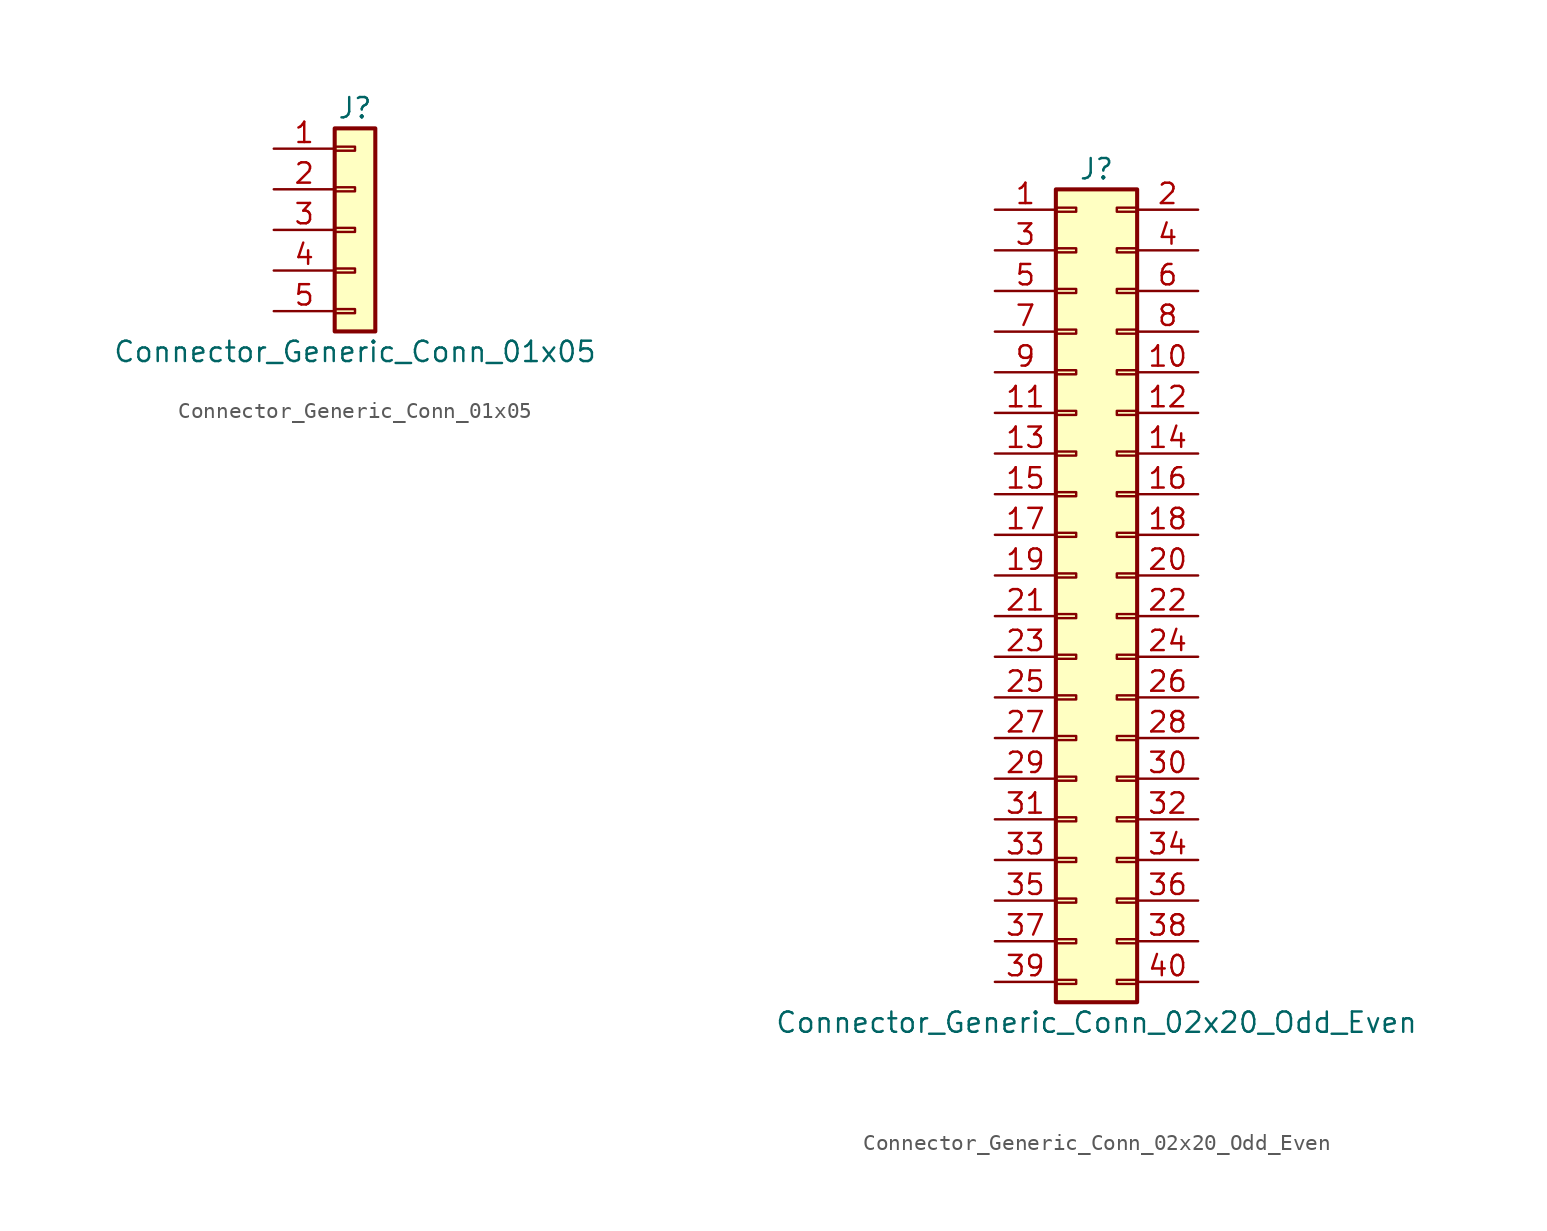
<source format=kicad_sym>
(kicad_symbol_lib
  (version 20231120)
  (generator "kicad_symbol_editor")
  (generator_version "8.0")
  (symbol "Connector_Generic_Conn_01x05"
    (pin_names
      (offset 1.016) hide)
    (property "Reference" "J"
      (at 0 7.62 0)
      (effects (font (size 1.27 1.27))))
    (property "Value" "Connector_Generic_Conn_01x05"
      (at 0 -7.62 0)
      (effects (font (size 1.27 1.27))))
    (symbol "Connector_Generic_Conn_01x05_1_1"
      (rectangle (start -1.27 -4.953) (end 0 -5.207) (stroke (width 0.152) (type solid)) (fill (type none)))
      (rectangle (start -1.27 -2.413) (end 0 -2.667) (stroke (width 0.152) (type solid)) (fill (type none)))
      (rectangle (start -1.27 0.127) (end 0 -0.127) (stroke (width 0.152) (type solid)) (fill (type none)))
      (rectangle (start -1.27 2.667) (end 0 2.413) (stroke (width 0.152) (type solid)) (fill (type none)))
      (rectangle (start -1.27 5.207) (end 0 4.953) (stroke (width 0.152) (type solid)) (fill (type none)))
      (rectangle (start -1.27 6.35) (end 1.27 -6.35) (stroke (width 0.254) (type solid)) (fill (type background)))
      (pin passive line (at -5.08 5.08 0) (length 3.81) (name "Pin_1" (effects (font (size 1.27 1.27)))) (number "1" (effects (font (size 1.27 1.27)))))
      (pin passive line (at -5.08 2.54 0) (length 3.81) (name "Pin_2" (effects (font (size 1.27 1.27)))) (number "2" (effects (font (size 1.27 1.27)))))
      (pin passive line (at -5.08 0 0) (length 3.81) (name "Pin_3" (effects (font (size 1.27 1.27)))) (number "3" (effects (font (size 1.27 1.27)))))
      (pin passive line (at -5.08 -2.54 0) (length 3.81) (name "Pin_4" (effects (font (size 1.27 1.27)))) (number "4" (effects (font (size 1.27 1.27)))))
      (pin passive line (at -5.08 -5.08 0) (length 3.81) (name "Pin_5" (effects (font (size 1.27 1.27)))) (number "5" (effects (font (size 1.27 1.27)))))))
  (symbol "Connector_Generic_Conn_02x20_Odd_Even"
    (pin_names
      (offset 1.016) hide)
    (property "Reference" "J"
      (at 1.27 25.4 0)
      (effects (font (size 1.27 1.27))))
    (property "Value" "Connector_Generic_Conn_02x20_Odd_Even"
      (at 1.27 -27.94 0)
      (effects (font (size 1.27 1.27))))
    (symbol "Connector_Generic_Conn_02x20_Odd_Even_1_1"
      (rectangle (start -1.27 -25.273) (end 0 -25.527) (stroke (width 0.152) (type solid)) (fill (type none)))
      (rectangle (start -1.27 -22.733) (end 0 -22.987) (stroke (width 0.152) (type solid)) (fill (type none)))
      (rectangle (start -1.27 -20.193) (end 0 -20.447) (stroke (width 0.152) (type solid)) (fill (type none)))
      (rectangle (start -1.27 -17.653) (end 0 -17.907) (stroke (width 0.152) (type solid)) (fill (type none)))
      (rectangle (start -1.27 -15.113) (end 0 -15.367) (stroke (width 0.152) (type solid)) (fill (type none)))
      (rectangle (start -1.27 -12.573) (end 0 -12.827) (stroke (width 0.152) (type solid)) (fill (type none)))
      (rectangle (start -1.27 -10.033) (end 0 -10.287) (stroke (width 0.152) (type solid)) (fill (type none)))
      (rectangle (start -1.27 -7.493) (end 0 -7.747) (stroke (width 0.152) (type solid)) (fill (type none)))
      (rectangle (start -1.27 -4.953) (end 0 -5.207) (stroke (width 0.152) (type solid)) (fill (type none)))
      (rectangle (start -1.27 -2.413) (end 0 -2.667) (stroke (width 0.152) (type solid)) (fill (type none)))
      (rectangle (start -1.27 0.127) (end 0 -0.127) (stroke (width 0.152) (type solid)) (fill (type none)))
      (rectangle (start -1.27 2.667) (end 0 2.413) (stroke (width 0.152) (type solid)) (fill (type none)))
      (rectangle (start -1.27 5.207) (end 0 4.953) (stroke (width 0.152) (type solid)) (fill (type none)))
      (rectangle (start -1.27 7.747) (end 0 7.493) (stroke (width 0.152) (type solid)) (fill (type none)))
      (rectangle (start -1.27 10.287) (end 0 10.033) (stroke (width 0.152) (type solid)) (fill (type none)))
      (rectangle (start -1.27 12.827) (end 0 12.573) (stroke (width 0.152) (type solid)) (fill (type none)))
      (rectangle (start -1.27 15.367) (end 0 15.113) (stroke (width 0.152) (type solid)) (fill (type none)))
      (rectangle (start -1.27 17.907) (end 0 17.653) (stroke (width 0.152) (type solid)) (fill (type none)))
      (rectangle (start -1.27 20.447) (end 0 20.193) (stroke (width 0.152) (type solid)) (fill (type none)))
      (rectangle (start -1.27 22.987) (end 0 22.733) (stroke (width 0.152) (type solid)) (fill (type none)))
      (rectangle (start -1.27 24.13) (end 3.81 -26.67) (stroke (width 0.254) (type solid)) (fill (type background)))
      (rectangle (start 3.81 -25.273) (end 2.54 -25.527) (stroke (width 0.152) (type solid)) (fill (type none)))
      (rectangle (start 3.81 -22.733) (end 2.54 -22.987) (stroke (width 0.152) (type solid)) (fill (type none)))
      (rectangle (start 3.81 -20.193) (end 2.54 -20.447) (stroke (width 0.152) (type solid)) (fill (type none)))
      (rectangle (start 3.81 -17.653) (end 2.54 -17.907) (stroke (width 0.152) (type solid)) (fill (type none)))
      (rectangle (start 3.81 -15.113) (end 2.54 -15.367) (stroke (width 0.152) (type solid)) (fill (type none)))
      (rectangle (start 3.81 -12.573) (end 2.54 -12.827) (stroke (width 0.152) (type solid)) (fill (type none)))
      (rectangle (start 3.81 -10.033) (end 2.54 -10.287) (stroke (width 0.152) (type solid)) (fill (type none)))
      (rectangle (start 3.81 -7.493) (end 2.54 -7.747) (stroke (width 0.152) (type solid)) (fill (type none)))
      (rectangle (start 3.81 -4.953) (end 2.54 -5.207) (stroke (width 0.152) (type solid)) (fill (type none)))
      (rectangle (start 3.81 -2.413) (end 2.54 -2.667) (stroke (width 0.152) (type solid)) (fill (type none)))
      (rectangle (start 3.81 0.127) (end 2.54 -0.127) (stroke (width 0.152) (type solid)) (fill (type none)))
      (rectangle (start 3.81 2.667) (end 2.54 2.413) (stroke (width 0.152) (type solid)) (fill (type none)))
      (rectangle (start 3.81 5.207) (end 2.54 4.953) (stroke (width 0.152) (type solid)) (fill (type none)))
      (rectangle (start 3.81 7.747) (end 2.54 7.493) (stroke (width 0.152) (type solid)) (fill (type none)))
      (rectangle (start 3.81 10.287) (end 2.54 10.033) (stroke (width 0.152) (type solid)) (fill (type none)))
      (rectangle (start 3.81 12.827) (end 2.54 12.573) (stroke (width 0.152) (type solid)) (fill (type none)))
      (rectangle (start 3.81 15.367) (end 2.54 15.113) (stroke (width 0.152) (type solid)) (fill (type none)))
      (rectangle (start 3.81 17.907) (end 2.54 17.653) (stroke (width 0.152) (type solid)) (fill (type none)))
      (rectangle (start 3.81 20.447) (end 2.54 20.193) (stroke (width 0.152) (type solid)) (fill (type none)))
      (rectangle (start 3.81 22.987) (end 2.54 22.733) (stroke (width 0.152) (type solid)) (fill (type none)))
      (pin passive line (at -5.08 22.86 0) (length 3.81) (name "Pin_1" (effects (font (size 1.27 1.27)))) (number "1" (effects (font (size 1.27 1.27)))))
      (pin passive line (at 7.62 12.7 180) (length 3.81) (name "Pin_10" (effects (font (size 1.27 1.27)))) (number "10" (effects (font (size 1.27 1.27)))))
      (pin passive line (at -5.08 10.16 0) (length 3.81) (name "Pin_11" (effects (font (size 1.27 1.27)))) (number "11" (effects (font (size 1.27 1.27)))))
      (pin passive line (at 7.62 10.16 180) (length 3.81) (name "Pin_12" (effects (font (size 1.27 1.27)))) (number "12" (effects (font (size 1.27 1.27)))))
      (pin passive line (at -5.08 7.62 0) (length 3.81) (name "Pin_13" (effects (font (size 1.27 1.27)))) (number "13" (effects (font (size 1.27 1.27)))))
      (pin passive line (at 7.62 7.62 180) (length 3.81) (name "Pin_14" (effects (font (size 1.27 1.27)))) (number "14" (effects (font (size 1.27 1.27)))))
      (pin passive line (at -5.08 5.08 0) (length 3.81) (name "Pin_15" (effects (font (size 1.27 1.27)))) (number "15" (effects (font (size 1.27 1.27)))))
      (pin passive line (at 7.62 5.08 180) (length 3.81) (name "Pin_16" (effects (font (size 1.27 1.27)))) (number "16" (effects (font (size 1.27 1.27)))))
      (pin passive line (at -5.08 2.54 0) (length 3.81) (name "Pin_17" (effects (font (size 1.27 1.27)))) (number "17" (effects (font (size 1.27 1.27)))))
      (pin passive line (at 7.62 2.54 180) (length 3.81) (name "Pin_18" (effects (font (size 1.27 1.27)))) (number "18" (effects (font (size 1.27 1.27)))))
      (pin passive line (at -5.08 0 0) (length 3.81) (name "Pin_19" (effects (font (size 1.27 1.27)))) (number "19" (effects (font (size 1.27 1.27)))))
      (pin passive line (at 7.62 22.86 180) (length 3.81) (name "Pin_2" (effects (font (size 1.27 1.27)))) (number "2" (effects (font (size 1.27 1.27)))))
      (pin passive line (at 7.62 0 180) (length 3.81) (name "Pin_20" (effects (font (size 1.27 1.27)))) (number "20" (effects (font (size 1.27 1.27)))))
      (pin passive line (at -5.08 -2.54 0) (length 3.81) (name "Pin_21" (effects (font (size 1.27 1.27)))) (number "21" (effects (font (size 1.27 1.27)))))
      (pin passive line (at 7.62 -2.54 180) (length 3.81) (name "Pin_22" (effects (font (size 1.27 1.27)))) (number "22" (effects (font (size 1.27 1.27)))))
      (pin passive line (at -5.08 -5.08 0) (length 3.81) (name "Pin_23" (effects (font (size 1.27 1.27)))) (number "23" (effects (font (size 1.27 1.27)))))
      (pin passive line (at 7.62 -5.08 180) (length 3.81) (name "Pin_24" (effects (font (size 1.27 1.27)))) (number "24" (effects (font (size 1.27 1.27)))))
      (pin passive line (at -5.08 -7.62 0) (length 3.81) (name "Pin_25" (effects (font (size 1.27 1.27)))) (number "25" (effects (font (size 1.27 1.27)))))
      (pin passive line (at 7.62 -7.62 180) (length 3.81) (name "Pin_26" (effects (font (size 1.27 1.27)))) (number "26" (effects (font (size 1.27 1.27)))))
      (pin passive line (at -5.08 -10.16 0) (length 3.81) (name "Pin_27" (effects (font (size 1.27 1.27)))) (number "27" (effects (font (size 1.27 1.27)))))
      (pin passive line (at 7.62 -10.16 180) (length 3.81) (name "Pin_28" (effects (font (size 1.27 1.27)))) (number "28" (effects (font (size 1.27 1.27)))))
      (pin passive line (at -5.08 -12.7 0) (length 3.81) (name "Pin_29" (effects (font (size 1.27 1.27)))) (number "29" (effects (font (size 1.27 1.27)))))
      (pin passive line (at -5.08 20.32 0) (length 3.81) (name "Pin_3" (effects (font (size 1.27 1.27)))) (number "3" (effects (font (size 1.27 1.27)))))
      (pin passive line (at 7.62 -12.7 180) (length 3.81) (name "Pin_30" (effects (font (size 1.27 1.27)))) (number "30" (effects (font (size 1.27 1.27)))))
      (pin passive line (at -5.08 -15.24 0) (length 3.81) (name "Pin_31" (effects (font (size 1.27 1.27)))) (number "31" (effects (font (size 1.27 1.27)))))
      (pin passive line (at 7.62 -15.24 180) (length 3.81) (name "Pin_32" (effects (font (size 1.27 1.27)))) (number "32" (effects (font (size 1.27 1.27)))))
      (pin passive line (at -5.08 -17.78 0) (length 3.81) (name "Pin_33" (effects (font (size 1.27 1.27)))) (number "33" (effects (font (size 1.27 1.27)))))
      (pin passive line (at 7.62 -17.78 180) (length 3.81) (name "Pin_34" (effects (font (size 1.27 1.27)))) (number "34" (effects (font (size 1.27 1.27)))))
      (pin passive line (at -5.08 -20.32 0) (length 3.81) (name "Pin_35" (effects (font (size 1.27 1.27)))) (number "35" (effects (font (size 1.27 1.27)))))
      (pin passive line (at 7.62 -20.32 180) (length 3.81) (name "Pin_36" (effects (font (size 1.27 1.27)))) (number "36" (effects (font (size 1.27 1.27)))))
      (pin passive line (at -5.08 -22.86 0) (length 3.81) (name "Pin_37" (effects (font (size 1.27 1.27)))) (number "37" (effects (font (size 1.27 1.27)))))
      (pin passive line (at 7.62 -22.86 180) (length 3.81) (name "Pin_38" (effects (font (size 1.27 1.27)))) (number "38" (effects (font (size 1.27 1.27)))))
      (pin passive line (at -5.08 -25.4 0) (length 3.81) (name "Pin_39" (effects (font (size 1.27 1.27)))) (number "39" (effects (font (size 1.27 1.27)))))
      (pin passive line (at 7.62 20.32 180) (length 3.81) (name "Pin_4" (effects (font (size 1.27 1.27)))) (number "4" (effects (font (size 1.27 1.27)))))
      (pin passive line (at 7.62 -25.4 180) (length 3.81) (name "Pin_40" (effects (font (size 1.27 1.27)))) (number "40" (effects (font (size 1.27 1.27)))))
      (pin passive line (at -5.08 17.78 0) (length 3.81) (name "Pin_5" (effects (font (size 1.27 1.27)))) (number "5" (effects (font (size 1.27 1.27)))))
      (pin passive line (at 7.62 17.78 180) (length 3.81) (name "Pin_6" (effects (font (size 1.27 1.27)))) (number "6" (effects (font (size 1.27 1.27)))))
      (pin passive line (at -5.08 15.24 0) (length 3.81) (name "Pin_7" (effects (font (size 1.27 1.27)))) (number "7" (effects (font (size 1.27 1.27)))))
      (pin passive line (at 7.62 15.24 180) (length 3.81) (name "Pin_8" (effects (font (size 1.27 1.27)))) (number "8" (effects (font (size 1.27 1.27)))))
      (pin passive line (at -5.08 12.7 0) (length 3.81) (name "Pin_9" (effects (font (size 1.27 1.27)))) (number "9" (effects (font (size 1.27 1.27))))))))
</source>
